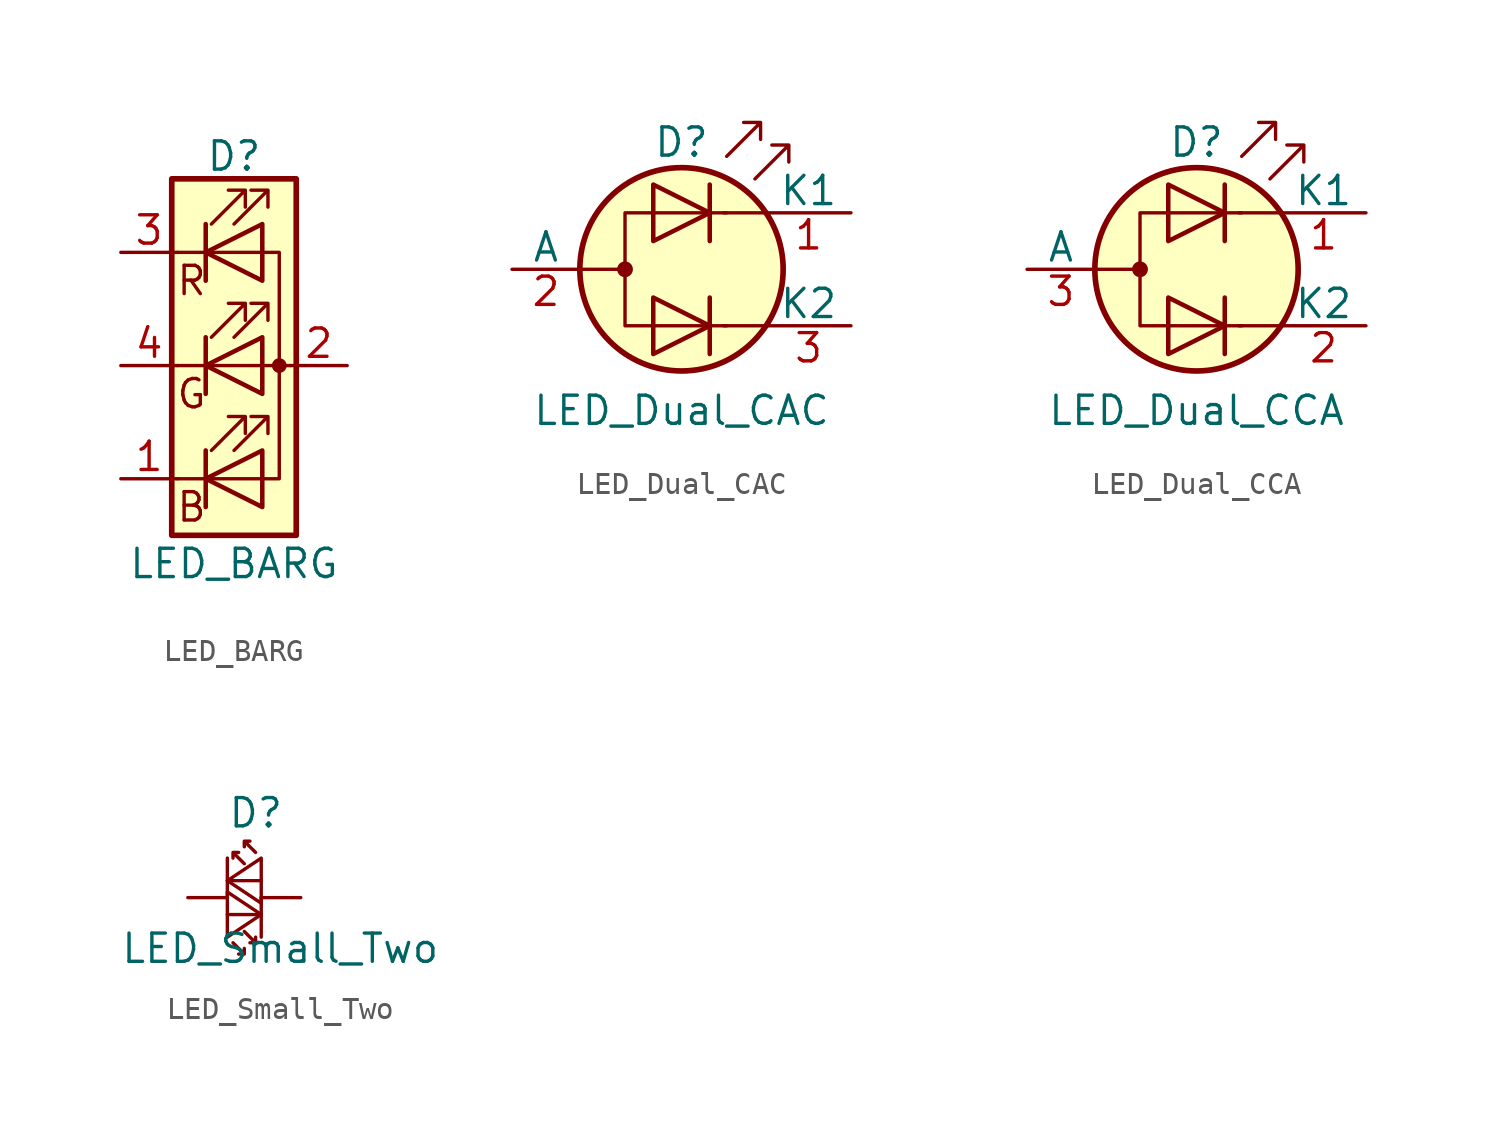
<source format=kicad_sym>
(kicad_symbol_lib
  (version 20211014)
  (generator kicad_symbol_editor)
  (symbol "LED_BARG"
    (pin_names
      (offset 0) hide)
    (property "Reference" "D"
      (at 0 9.398 0)
      (effects (font (size 1.27 1.27))))
    (property "Value" "LED_BARG"
      (at 0 -8.89 0)
      (effects (font (size 1.27 1.27))))
    (symbol "LED_BARG_0_0"
      (text "B" (at -1.905 -6.35 0) (effects (font (size 1.27 1.27))))
      (text "G" (at -1.905 -1.27 0) (effects (font (size 1.27 1.27))))
      (text "R" (at -1.905 3.81 0) (effects (font (size 1.27 1.27)))))
    (symbol "LED_BARG_0_1"
      (polyline (pts (xy -1.27 -5.08) (xy -2.54 -5.08)) (stroke (width 0) (type default) (color 0 0 0 0)) (fill (type none)))
      (polyline (pts (xy -1.27 -5.08) (xy 1.27 -5.08)) (stroke (width 0) (type default) (color 0 0 0 0)) (fill (type none)))
      (polyline (pts (xy -1.27 -3.81) (xy -1.27 -6.35)) (stroke (width 0) (type default) (color 0 0 0 0)) (fill (type none)))
      (polyline (pts (xy -1.27 -3.81) (xy -1.27 -6.35)) (stroke (width 0.203) (type default) (color 0 0 0 0)) (fill (type none)))
      (polyline (pts (xy -1.27 0) (xy -2.54 0)) (stroke (width 0) (type default) (color 0 0 0 0)) (fill (type none)))
      (polyline (pts (xy -1.27 0) (xy 1.27 0)) (stroke (width 0) (type default) (color 0 0 0 0)) (fill (type none)))
      (polyline (pts (xy -1.27 1.27) (xy -1.27 -1.27)) (stroke (width 0.203) (type default) (color 0 0 0 0)) (fill (type none)))
      (polyline (pts (xy -1.27 5.08) (xy -2.54 5.08)) (stroke (width 0) (type default) (color 0 0 0 0)) (fill (type none)))
      (polyline (pts (xy -1.27 6.35) (xy -1.27 3.81)) (stroke (width 0.203) (type default) (color 0 0 0 0)) (fill (type none)))
      (polyline (pts (xy 1.27 0) (xy 2.54 0)) (stroke (width 0) (type default) (color 0 0 0 0)) (fill (type none)))
      (polyline (pts (xy 1.27 5.08) (xy -1.27 5.08)) (stroke (width 0) (type default) (color 0 0 0 0)) (fill (type none)))
      (polyline (pts (xy -1.27 1.27) (xy -1.27 -1.27) (xy -1.27 -1.27)) (stroke (width 0) (type default) (color 0 0 0 0)) (fill (type none)))
      (polyline (pts (xy -1.27 6.35) (xy -1.27 3.81) (xy -1.27 3.81)) (stroke (width 0) (type default) (color 0 0 0 0)) (fill (type none)))
      (polyline (pts (xy 1.27 -5.08) (xy 2.032 -5.08) (xy 2.032 5.08) (xy 1.27 5.08)) (stroke (width 0) (type default) (color 0 0 0 0)) (fill (type none)))
      (polyline (pts (xy 1.27 -3.81) (xy 1.27 -6.35) (xy -1.27 -5.08) (xy 1.27 -3.81)) (stroke (width 0.203) (type default) (color 0 0 0 0)) (fill (type none)))
      (polyline (pts (xy 1.27 1.27) (xy 1.27 -1.27) (xy -1.27 0) (xy 1.27 1.27)) (stroke (width 0.203) (type default) (color 0 0 0 0)) (fill (type none)))
      (polyline (pts (xy 1.27 6.35) (xy 1.27 3.81) (xy -1.27 5.08) (xy 1.27 6.35)) (stroke (width 0.203) (type default) (color 0 0 0 0)) (fill (type none)))
      (polyline (pts (xy -1.016 -3.81) (xy 0.508 -2.286) (xy -0.254 -2.286) (xy 0.508 -2.286) (xy 0.508 -3.048)) (stroke (width 0) (type default) (color 0 0 0 0)) (fill (type none)))
      (polyline (pts (xy -1.016 1.27) (xy 0.508 2.794) (xy -0.254 2.794) (xy 0.508 2.794) (xy 0.508 2.032)) (stroke (width 0) (type default) (color 0 0 0 0)) (fill (type none)))
      (polyline (pts (xy -1.016 6.35) (xy 0.508 7.874) (xy -0.254 7.874) (xy 0.508 7.874) (xy 0.508 7.112)) (stroke (width 0) (type default) (color 0 0 0 0)) (fill (type none)))
      (polyline (pts (xy 0 -3.81) (xy 1.524 -2.286) (xy 0.762 -2.286) (xy 1.524 -2.286) (xy 1.524 -3.048)) (stroke (width 0) (type default) (color 0 0 0 0)) (fill (type none)))
      (polyline (pts (xy 0 1.27) (xy 1.524 2.794) (xy 0.762 2.794) (xy 1.524 2.794) (xy 1.524 2.032)) (stroke (width 0) (type default) (color 0 0 0 0)) (fill (type none)))
      (polyline (pts (xy 0 6.35) (xy 1.524 7.874) (xy 0.762 7.874) (xy 1.524 7.874) (xy 1.524 7.112)) (stroke (width 0) (type default) (color 0 0 0 0)) (fill (type none)))
      (rectangle (start 1.27 -1.27) (end 1.27 1.27) (stroke (width 0) (type default) (color 0 0 0 0)) (fill (type none)))
      (rectangle (start 1.27 1.27) (end 1.27 1.27) (stroke (width 0) (type default) (color 0 0 0 0)) (fill (type none)))
      (rectangle (start 1.27 3.81) (end 1.27 6.35) (stroke (width 0) (type default) (color 0 0 0 0)) (fill (type none)))
      (rectangle (start 1.27 6.35) (end 1.27 6.35) (stroke (width 0) (type default) (color 0 0 0 0)) (fill (type none)))
      (circle (center 2.032 0) (radius 0.254) (stroke (width 0) (type default) (color 0 0 0 0)) (fill (type outline)))
      (rectangle (start 2.794 8.382) (end -2.794 -7.62) (stroke (width 0.254) (type default) (color 0 0 0 0)) (fill (type background))))
    (symbol "LED_BARG_1_1"
      (pin passive line (at -5.08 -5.08 0) (length 2.54) (name "BK" (effects (font (size 1.27 1.27)))) (number "1" (effects (font (size 1.27 1.27)))))
      (pin passive line (at 5.08 0 180) (length 2.54) (name "A" (effects (font (size 1.27 1.27)))) (number "2" (effects (font (size 1.27 1.27)))))
      (pin passive line (at -5.08 5.08 0) (length 2.54) (name "RK" (effects (font (size 1.27 1.27)))) (number "3" (effects (font (size 1.27 1.27)))))
      (pin passive line (at -5.08 0 0) (length 2.54) (name "GK" (effects (font (size 1.27 1.27)))) (number "4" (effects (font (size 1.27 1.27)))))))
  (symbol "LED_Dual_CAC"
    (pin_names
      (offset 0))
    (property "Reference" "D"
      (at 0 5.715 0)
      (effects (font (size 1.27 1.27))))
    (property "Value" "LED_Dual_CAC"
      (at 0 -6.35 0)
      (effects (font (size 1.27 1.27))))
    (symbol "LED_Dual_CAC_0_1"
      (circle (center -2.54 0) (radius 0.279) (stroke (width 0) (type default) (color 0 0 0 0)) (fill (type outline)))
      (polyline (pts (xy -4.572 0) (xy -2.54 0)) (stroke (width 0) (type default) (color 0 0 0 0)) (fill (type none)))
      (polyline (pts (xy 1.27 -1.27) (xy 1.27 -3.81)) (stroke (width 0.203) (type default) (color 0 0 0 0)) (fill (type none)))
      (polyline (pts (xy 1.27 3.81) (xy 1.27 1.27)) (stroke (width 0.203) (type default) (color 0 0 0 0)) (fill (type none)))
      (polyline (pts (xy 3.81 -2.54) (xy 1.905 -2.54)) (stroke (width 0) (type default) (color 0 0 0 0)) (fill (type none)))
      (polyline (pts (xy 3.81 2.54) (xy 1.905 2.54)) (stroke (width 0) (type default) (color 0 0 0 0)) (fill (type none)))
      (polyline (pts (xy -1.27 -1.27) (xy -1.27 -3.81) (xy 1.27 -2.54) (xy -1.27 -1.27)) (stroke (width 0.203) (type default) (color 0 0 0 0)) (fill (type none)))
      (polyline (pts (xy -1.27 3.81) (xy -1.27 1.27) (xy 1.27 2.54) (xy -1.27 3.81)) (stroke (width 0.203) (type default) (color 0 0 0 0)) (fill (type none)))
      (polyline (pts (xy 2.032 2.54) (xy -2.54 2.54) (xy -2.54 -2.54) (xy 2.032 -2.54)) (stroke (width 0) (type default) (color 0 0 0 0)) (fill (type none)))
      (polyline (pts (xy 2.032 5.08) (xy 3.556 6.604) (xy 2.794 6.604) (xy 3.556 6.604) (xy 3.556 5.842)) (stroke (width 0) (type default) (color 0 0 0 0)) (fill (type none)))
      (polyline (pts (xy 3.302 4.064) (xy 4.826 5.588) (xy 4.064 5.588) (xy 4.826 5.588) (xy 4.826 4.826)) (stroke (width 0) (type default) (color 0 0 0 0)) (fill (type none)))
      (circle (center 0 0) (radius 4.572) (stroke (width 0.254) (type default) (color 0 0 0 0)) (fill (type background))))
    (symbol "LED_Dual_CAC_1_1"
      (pin input line (at 7.62 2.54 180) (length 3.81) (name "K1" (effects (font (size 1.27 1.27)))) (number "1" (effects (font (size 1.27 1.27)))))
      (pin input line (at -7.62 0 0) (length 3.048) (name "A" (effects (font (size 1.27 1.27)))) (number "2" (effects (font (size 1.27 1.27)))))
      (pin input line (at 7.62 -2.54 180) (length 3.81) (name "K2" (effects (font (size 1.27 1.27)))) (number "3" (effects (font (size 1.27 1.27)))))))
  (symbol "LED_Dual_CCA"
    (pin_names
      (offset 0))
    (property "Reference" "D"
      (at 0 5.715 0)
      (effects (font (size 1.27 1.27))))
    (property "Value" "LED_Dual_CCA"
      (at 0 -6.35 0)
      (effects (font (size 1.27 1.27))))
    (symbol "LED_Dual_CCA_0_1"
      (circle (center -2.54 0) (radius 0.279) (stroke (width 0) (type default) (color 0 0 0 0)) (fill (type outline)))
      (polyline (pts (xy -4.572 0) (xy -2.54 0)) (stroke (width 0) (type default) (color 0 0 0 0)) (fill (type none)))
      (polyline (pts (xy 1.27 -1.27) (xy 1.27 -3.81)) (stroke (width 0.203) (type default) (color 0 0 0 0)) (fill (type none)))
      (polyline (pts (xy 1.27 3.81) (xy 1.27 1.27)) (stroke (width 0.203) (type default) (color 0 0 0 0)) (fill (type none)))
      (polyline (pts (xy 3.81 -2.54) (xy 1.905 -2.54)) (stroke (width 0) (type default) (color 0 0 0 0)) (fill (type none)))
      (polyline (pts (xy 3.81 2.54) (xy 1.905 2.54)) (stroke (width 0) (type default) (color 0 0 0 0)) (fill (type none)))
      (polyline (pts (xy -1.27 -1.27) (xy -1.27 -3.81) (xy 1.27 -2.54) (xy -1.27 -1.27)) (stroke (width 0.203) (type default) (color 0 0 0 0)) (fill (type none)))
      (polyline (pts (xy -1.27 3.81) (xy -1.27 1.27) (xy 1.27 2.54) (xy -1.27 3.81)) (stroke (width 0.203) (type default) (color 0 0 0 0)) (fill (type none)))
      (polyline (pts (xy 2.032 2.54) (xy -2.54 2.54) (xy -2.54 -2.54) (xy 2.032 -2.54)) (stroke (width 0) (type default) (color 0 0 0 0)) (fill (type none)))
      (polyline (pts (xy 2.032 5.08) (xy 3.556 6.604) (xy 2.794 6.604) (xy 3.556 6.604) (xy 3.556 5.842)) (stroke (width 0) (type default) (color 0 0 0 0)) (fill (type none)))
      (polyline (pts (xy 3.302 4.064) (xy 4.826 5.588) (xy 4.064 5.588) (xy 4.826 5.588) (xy 4.826 4.826)) (stroke (width 0) (type default) (color 0 0 0 0)) (fill (type none)))
      (circle (center 0 0) (radius 4.572) (stroke (width 0.254) (type default) (color 0 0 0 0)) (fill (type background))))
    (symbol "LED_Dual_CCA_1_1"
      (pin input line (at 7.62 2.54 180) (length 3.81) (name "K1" (effects (font (size 1.27 1.27)))) (number "1" (effects (font (size 1.27 1.27)))))
      (pin input line (at 7.62 -2.54 180) (length 3.81) (name "K2" (effects (font (size 1.27 1.27)))) (number "2" (effects (font (size 1.27 1.27)))))
      (pin input line (at -7.62 0 0) (length 3.048) (name "A" (effects (font (size 1.27 1.27)))) (number "3" (effects (font (size 1.27 1.27)))))))
  (symbol "LED_Small_Two"
    (pin_numbers hide)
    (pin_names
      (offset 0.254) hide)
    (property "Reference" "D"
      (at -0.762 3.81 0)
      (effects (font (size 1.27 1.27)) (justify left)))
    (property "Value" "LED_Small_Two"
      (at -5.588 -2.286 0)
      (effects (font (size 1.27 1.27)) (justify left)))
    (symbol "LED_Small_Two_0_1"
      (polyline (pts (xy -0.762 0) (xy -0.762 1.778)) (stroke (width 0) (type default) (color 0 0 0 0)) (fill (type none)))
      (polyline (pts (xy 0.762 0.762) (xy -0.762 0.762)) (stroke (width 0) (type default) (color 0 0 0 0)) (fill (type none)))
      (polyline (pts (xy 0.762 -0.254) (xy -0.762 0.762) (xy 0.762 1.778) (xy 0.762 -0.254)) (stroke (width 0) (type default) (color 0 0 0 0)) (fill (type none)))
      (polyline (pts (xy 0 1.524) (xy -0.508 2.032) (xy -0.254 2.032) (xy -0.508 2.032) (xy -0.508 1.778)) (stroke (width 0) (type default) (color 0 0 0 0)) (fill (type none)))
      (polyline (pts (xy 0.508 2.032) (xy 0 2.54) (xy 0.254 2.54) (xy 0 2.54) (xy 0 2.286)) (stroke (width 0) (type default) (color 0 0 0 0)) (fill (type none))))
    (symbol "LED_Small_Two_1_1"
      (polyline (pts (xy -0.762 -0.762) (xy 0.762 -0.762)) (stroke (width 0) (type default) (color 0 0 0 0)) (fill (type none)))
      (polyline (pts (xy 0.762 0) (xy 0.762 -1.778)) (stroke (width 0) (type default) (color 0 0 0 0)) (fill (type none)))
      (polyline (pts (xy -0.762 0.254) (xy 0.762 -0.762) (xy -0.762 -1.778) (xy -0.762 0.254)) (stroke (width 0) (type default) (color 0 0 0 0)) (fill (type none)))
      (polyline (pts (xy -0.508 -2.032) (xy 0 -2.54) (xy -0.254 -2.54) (xy 0 -2.54) (xy 0 -2.286)) (stroke (width 0) (type default) (color 0 0 0 0)) (fill (type none)))
      (polyline (pts (xy 0 -1.524) (xy 0.508 -2.032) (xy 0.254 -2.032) (xy 0.508 -2.032) (xy 0.508 -1.778)) (stroke (width 0) (type default) (color 0 0 0 0)) (fill (type none)))
      (pin passive line (at -2.54 0 0) (length 1.778) (name "K" (effects (font (size 1.27 1.27)))) (number "1" (effects (font (size 1.27 1.27)))))
      (pin passive line (at 2.54 0 180) (length 1.778) (name "A" (effects (font (size 1.27 1.27)))) (number "2" (effects (font (size 1.27 1.27))))))))
</source>
